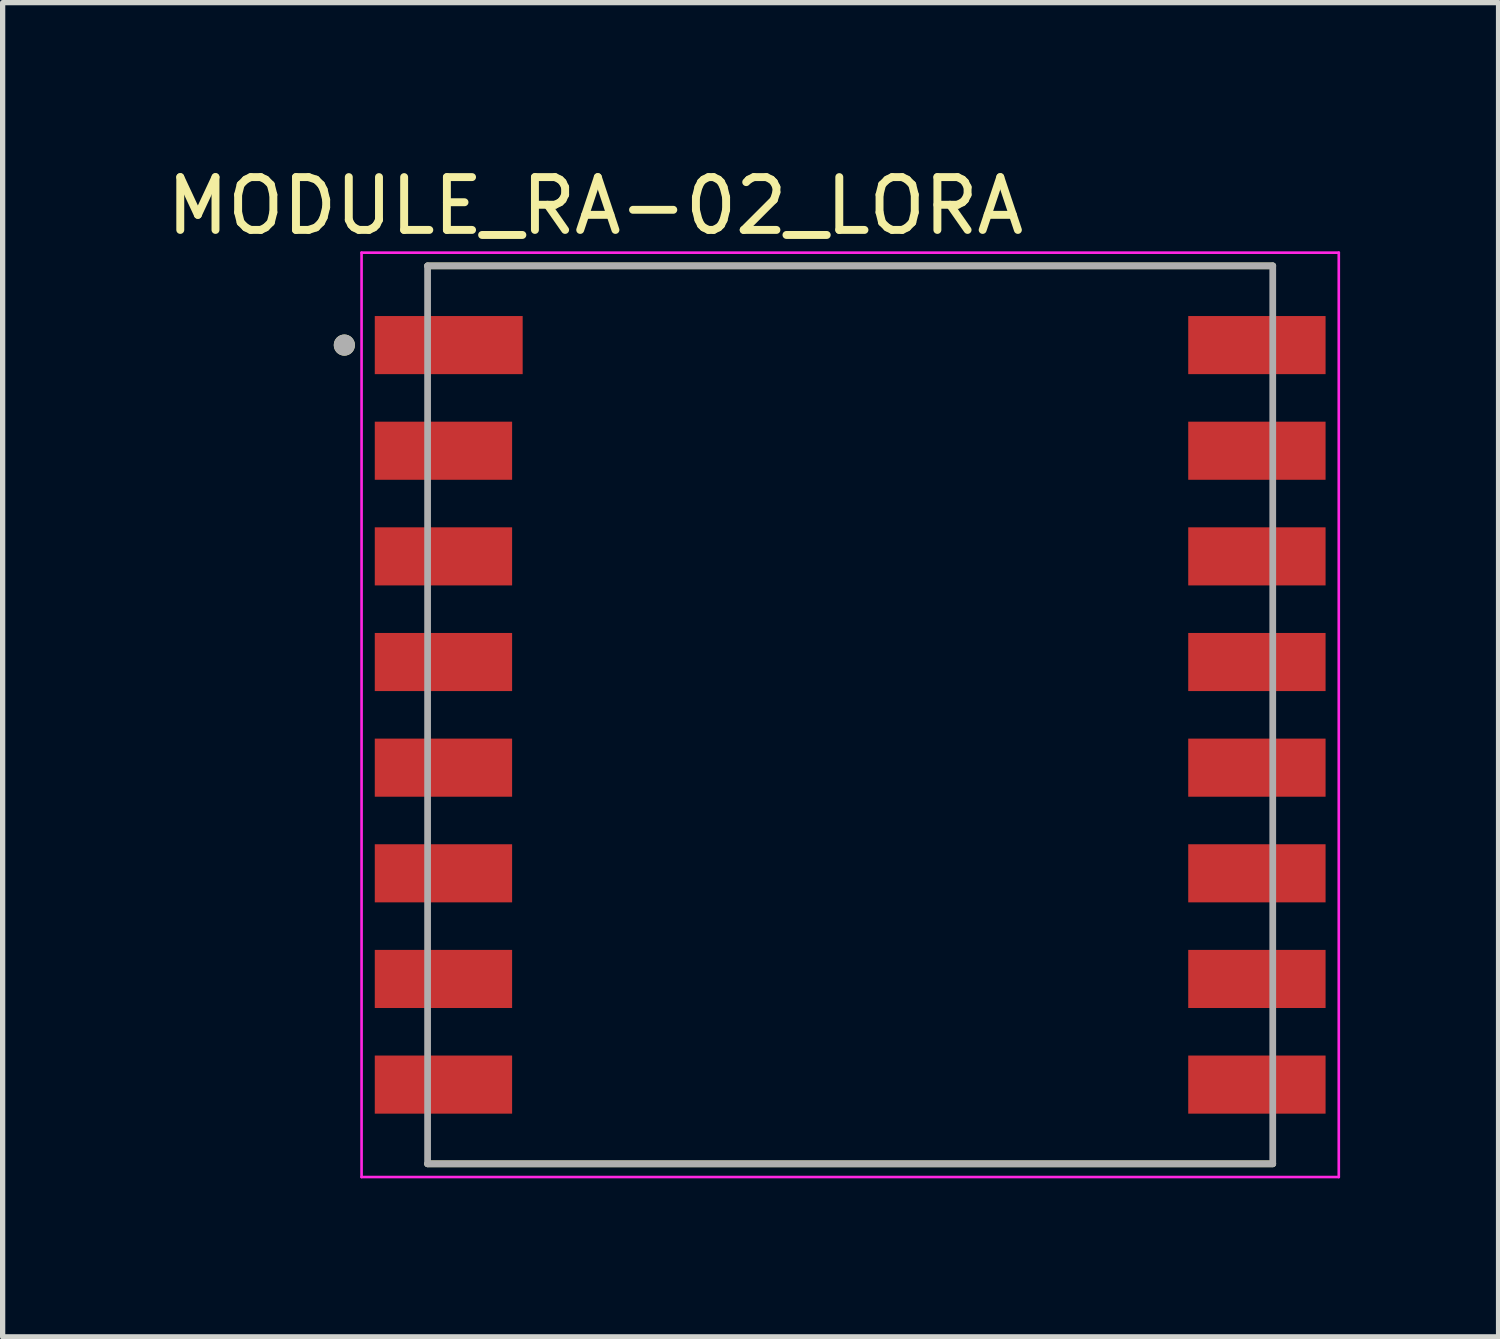
<source format=kicad_pcb>
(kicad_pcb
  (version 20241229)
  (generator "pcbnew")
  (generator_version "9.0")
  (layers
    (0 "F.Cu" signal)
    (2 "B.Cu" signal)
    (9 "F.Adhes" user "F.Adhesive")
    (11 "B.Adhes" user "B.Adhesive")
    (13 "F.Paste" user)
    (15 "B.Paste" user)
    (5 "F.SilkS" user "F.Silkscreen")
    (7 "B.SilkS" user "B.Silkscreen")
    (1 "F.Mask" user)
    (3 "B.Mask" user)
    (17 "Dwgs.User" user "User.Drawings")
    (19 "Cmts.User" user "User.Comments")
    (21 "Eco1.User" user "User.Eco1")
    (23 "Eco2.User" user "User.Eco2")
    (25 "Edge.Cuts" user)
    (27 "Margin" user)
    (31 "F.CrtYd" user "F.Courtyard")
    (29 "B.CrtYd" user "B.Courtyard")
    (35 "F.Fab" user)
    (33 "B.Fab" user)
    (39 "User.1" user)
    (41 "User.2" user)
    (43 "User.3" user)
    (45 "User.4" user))
  (footprint "MODULE_RA-02_LORA"
    (layer "F.Cu")
    (at 13.045 10.483)
    (property "Reference" "MODULE_RA-02_LORA" (at -4.825 -9.635 0) (layer "F.SilkS") (effects (font (size 1 1) (thickness 0.15))))
    (attr through_hole)
    (fp_line (start -8 -8.5) (end 8 -8.5) (stroke (width 0.127) (type solid)) (layer "F.SilkS"))
    (fp_line (start -8 8.5) (end 8 8.5) (stroke (width 0.127) (type solid)) (layer "F.SilkS"))
    (fp_circle (center -9.576 -7) (end -9.476 -7) (stroke (width 0.2) (type solid)) (fill no) (layer "F.SilkS"))
    (fp_line (start -9.25 -8.75) (end 9.25 -8.75) (stroke (width 0.05) (type solid)) (layer "F.CrtYd"))
    (fp_line (start -9.25 8.75) (end -9.25 -8.75) (stroke (width 0.05) (type solid)) (layer "F.CrtYd"))
    (fp_line (start 9.25 -8.75) (end 9.25 8.75) (stroke (width 0.05) (type solid)) (layer "F.CrtYd"))
    (fp_line (start 9.25 8.75) (end -9.25 8.75) (stroke (width 0.05) (type solid)) (layer "F.CrtYd"))
    (fp_line (start -8 -8.5) (end 8 -8.5) (stroke (width 0.127) (type solid)) (layer "F.Fab"))
    (fp_line (start -8 8.5) (end -8 -8.5) (stroke (width 0.127) (type solid)) (layer "F.Fab"))
    (fp_line (start 8 -8.5) (end 8 8.5) (stroke (width 0.127) (type solid)) (layer "F.Fab"))
    (fp_line (start 8 8.5) (end -8 8.5) (stroke (width 0.127) (type solid)) (layer "F.Fab"))
    (fp_circle (center -9.576 -7) (end -9.476 -7) (stroke (width 0.2) (type solid)) (fill no) (layer "F.Fab"))
    (pad "1" smd rect (at -7.6 -7) (size 2.8 1.1) (layers "F.Cu" "F.Mask" "F.Paste"))
    (pad "2" smd rect (at -7.7 -5) (size 2.6 1.1) (layers "F.Cu" "F.Mask" "F.Paste"))
    (pad "3" smd rect (at -7.7 -3) (size 2.6 1.1) (layers "F.Cu" "F.Mask" "F.Paste"))
    (pad "4" smd rect (at -7.7 -1) (size 2.6 1.1) (layers "F.Cu" "F.Mask" "F.Paste"))
    (pad "5" smd rect (at -7.7 1) (size 2.6 1.1) (layers "F.Cu" "F.Mask" "F.Paste"))
    (pad "6" smd rect (at -7.7 3) (size 2.6 1.1) (layers "F.Cu" "F.Mask" "F.Paste"))
    (pad "7" smd rect (at -7.7 5) (size 2.6 1.1) (layers "F.Cu" "F.Mask" "F.Paste"))
    (pad "8" smd rect (at -7.7 7) (size 2.6 1.1) (layers "F.Cu" "F.Mask" "F.Paste"))
    (pad "9" smd rect (at 7.7 7 180) (size 2.6 1.1) (layers "F.Cu" "F.Mask" "F.Paste"))
    (pad "10" smd rect (at 7.7 5 180) (size 2.6 1.1) (layers "F.Cu" "F.Mask" "F.Paste"))
    (pad "11" smd rect (at 7.7 3 180) (size 2.6 1.1) (layers "F.Cu" "F.Mask" "F.Paste"))
    (pad "12" smd rect (at 7.7 1 180) (size 2.6 1.1) (layers "F.Cu" "F.Mask" "F.Paste"))
    (pad "13" smd rect (at 7.7 -1 180) (size 2.6 1.1) (layers "F.Cu" "F.Mask" "F.Paste"))
    (pad "14" smd rect (at 7.7 -3 180) (size 2.6 1.1) (layers "F.Cu" "F.Mask" "F.Paste"))
    (pad "15" smd rect (at 7.7 -5 180) (size 2.6 1.1) (layers "F.Cu" "F.Mask" "F.Paste"))
    (pad "16" smd rect (at 7.7 -7 180) (size 2.6 1.1) (layers "F.Cu" "F.Mask" "F.Paste")))
  (gr_rect
    (start -3 -3)
    (end 25.32 22.258)
    (stroke (width 0.1) (type default))
    (fill no)
    (layer "Edge.Cuts")))
</source>
